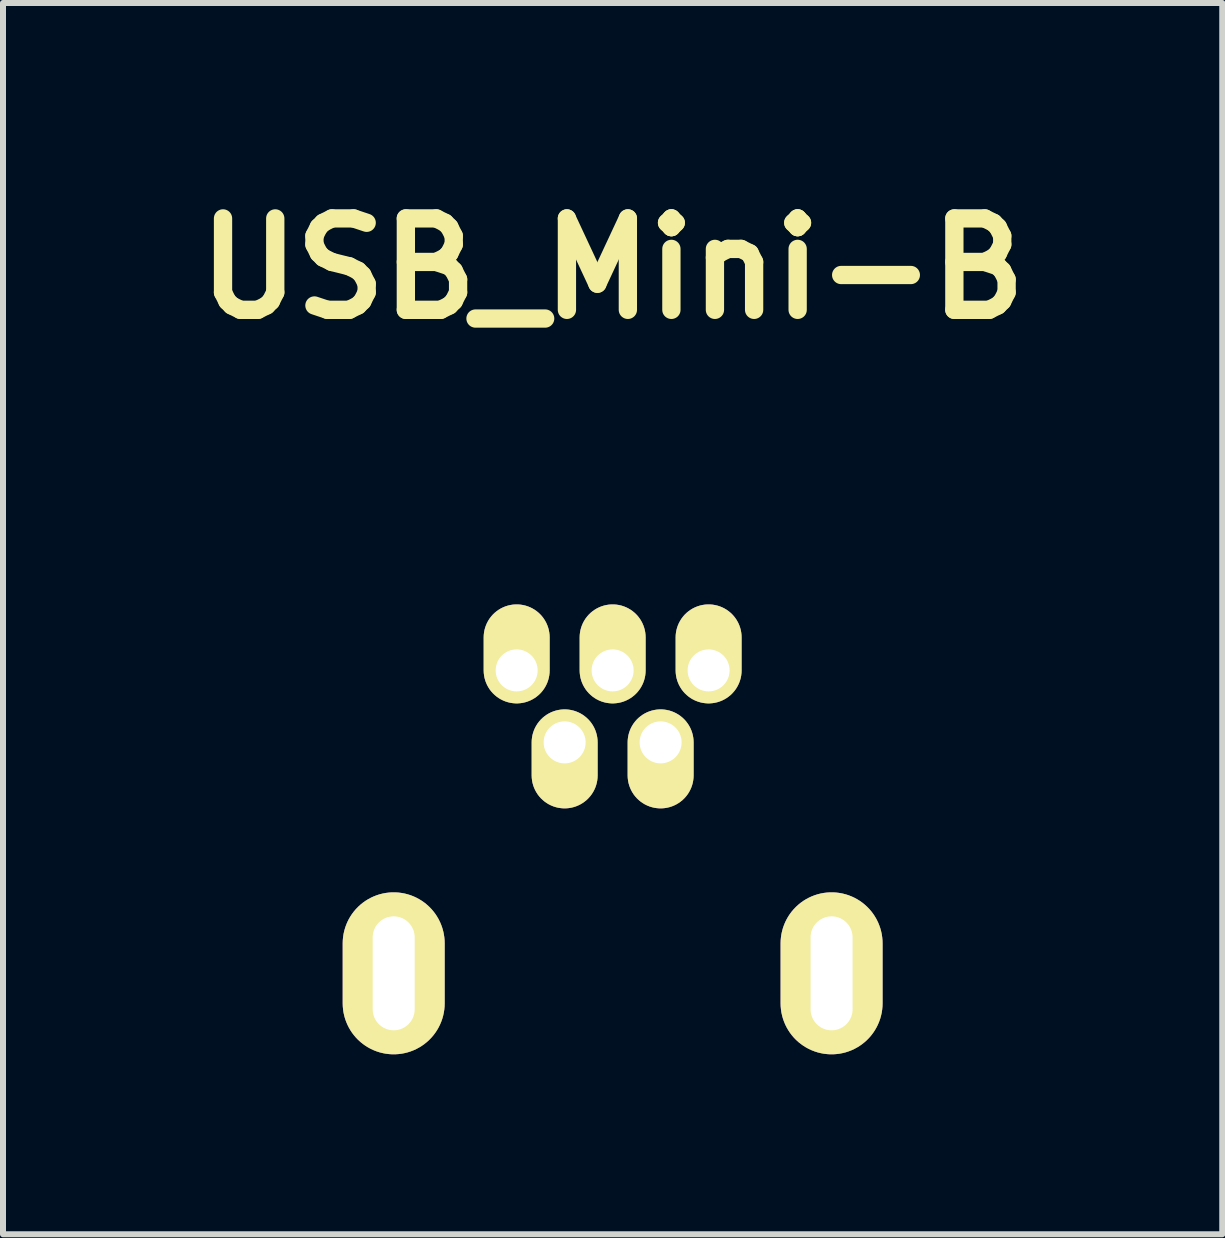
<source format=kicad_pcb>
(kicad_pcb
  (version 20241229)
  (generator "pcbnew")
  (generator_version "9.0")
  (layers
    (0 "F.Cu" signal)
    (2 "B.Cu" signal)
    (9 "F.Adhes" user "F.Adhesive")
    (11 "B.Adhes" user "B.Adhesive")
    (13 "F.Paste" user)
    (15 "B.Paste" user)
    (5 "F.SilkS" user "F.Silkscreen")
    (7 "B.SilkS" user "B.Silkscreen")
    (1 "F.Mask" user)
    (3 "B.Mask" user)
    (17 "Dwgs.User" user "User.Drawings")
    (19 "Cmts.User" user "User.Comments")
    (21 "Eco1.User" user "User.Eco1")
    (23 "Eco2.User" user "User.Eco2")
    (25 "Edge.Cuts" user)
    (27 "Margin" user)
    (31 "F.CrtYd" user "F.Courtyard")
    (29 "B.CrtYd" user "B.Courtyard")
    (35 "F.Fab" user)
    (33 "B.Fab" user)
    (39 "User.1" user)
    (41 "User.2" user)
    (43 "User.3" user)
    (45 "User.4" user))
  (footprint "USB_Mini-B"
    (layer "F.Cu")
    (at 7.163 12.426)
    (property "Reference" "USB_Mini-B" (at 0 -11 0) (layer "F.SilkS") (effects (font (size 1.524 1.524) (thickness 0.305))))
    (attr through_hole)
    (pad "1" thru_hole oval (at -1.6 -4.3) (size 1.1 1.65) (drill 0.7 (offset 0 -0.275)) (layers "*.Cu" "*.Mask" "F.SilkS"))
    (pad "2" thru_hole oval (at -0.8 -3.1) (size 1.1 1.65) (drill 0.7 (offset 0 0.275)) (layers "*.Cu" "*.Mask" "F.SilkS"))
    (pad "3" thru_hole oval (at 0 -4.3) (size 1.1 1.65) (drill 0.7 (offset 0 -0.275)) (layers "*.Cu" "*.Mask" "F.SilkS"))
    (pad "4" thru_hole oval (at 0.8 -3.1) (size 1.1 1.65) (drill 0.7 (offset 0 0.275)) (layers "*.Cu" "*.Mask" "F.SilkS"))
    (pad "5" thru_hole oval (at 1.6 -4.3) (size 1.1 1.65) (drill 0.7 (offset 0 -0.275)) (layers "*.Cu" "*.Mask" "F.SilkS"))
    (pad "6" thru_hole oval (at -3.65 0.75) (size 1.7 2.7) (drill oval 0.7 1.9) (layers "*.Cu" "*.Mask" "F.SilkS"))
    (pad "7" thru_hole oval (at 3.65 0.75) (size 1.7 2.7) (drill oval 0.7 1.9) (layers "*.Cu" "*.Mask" "F.SilkS")))
  (gr_rect
    (start -3 -3)
    (end 17.326 17.526)
    (stroke (width 0.1) (type default))
    (fill no)
    (layer "Edge.Cuts")))
</source>
